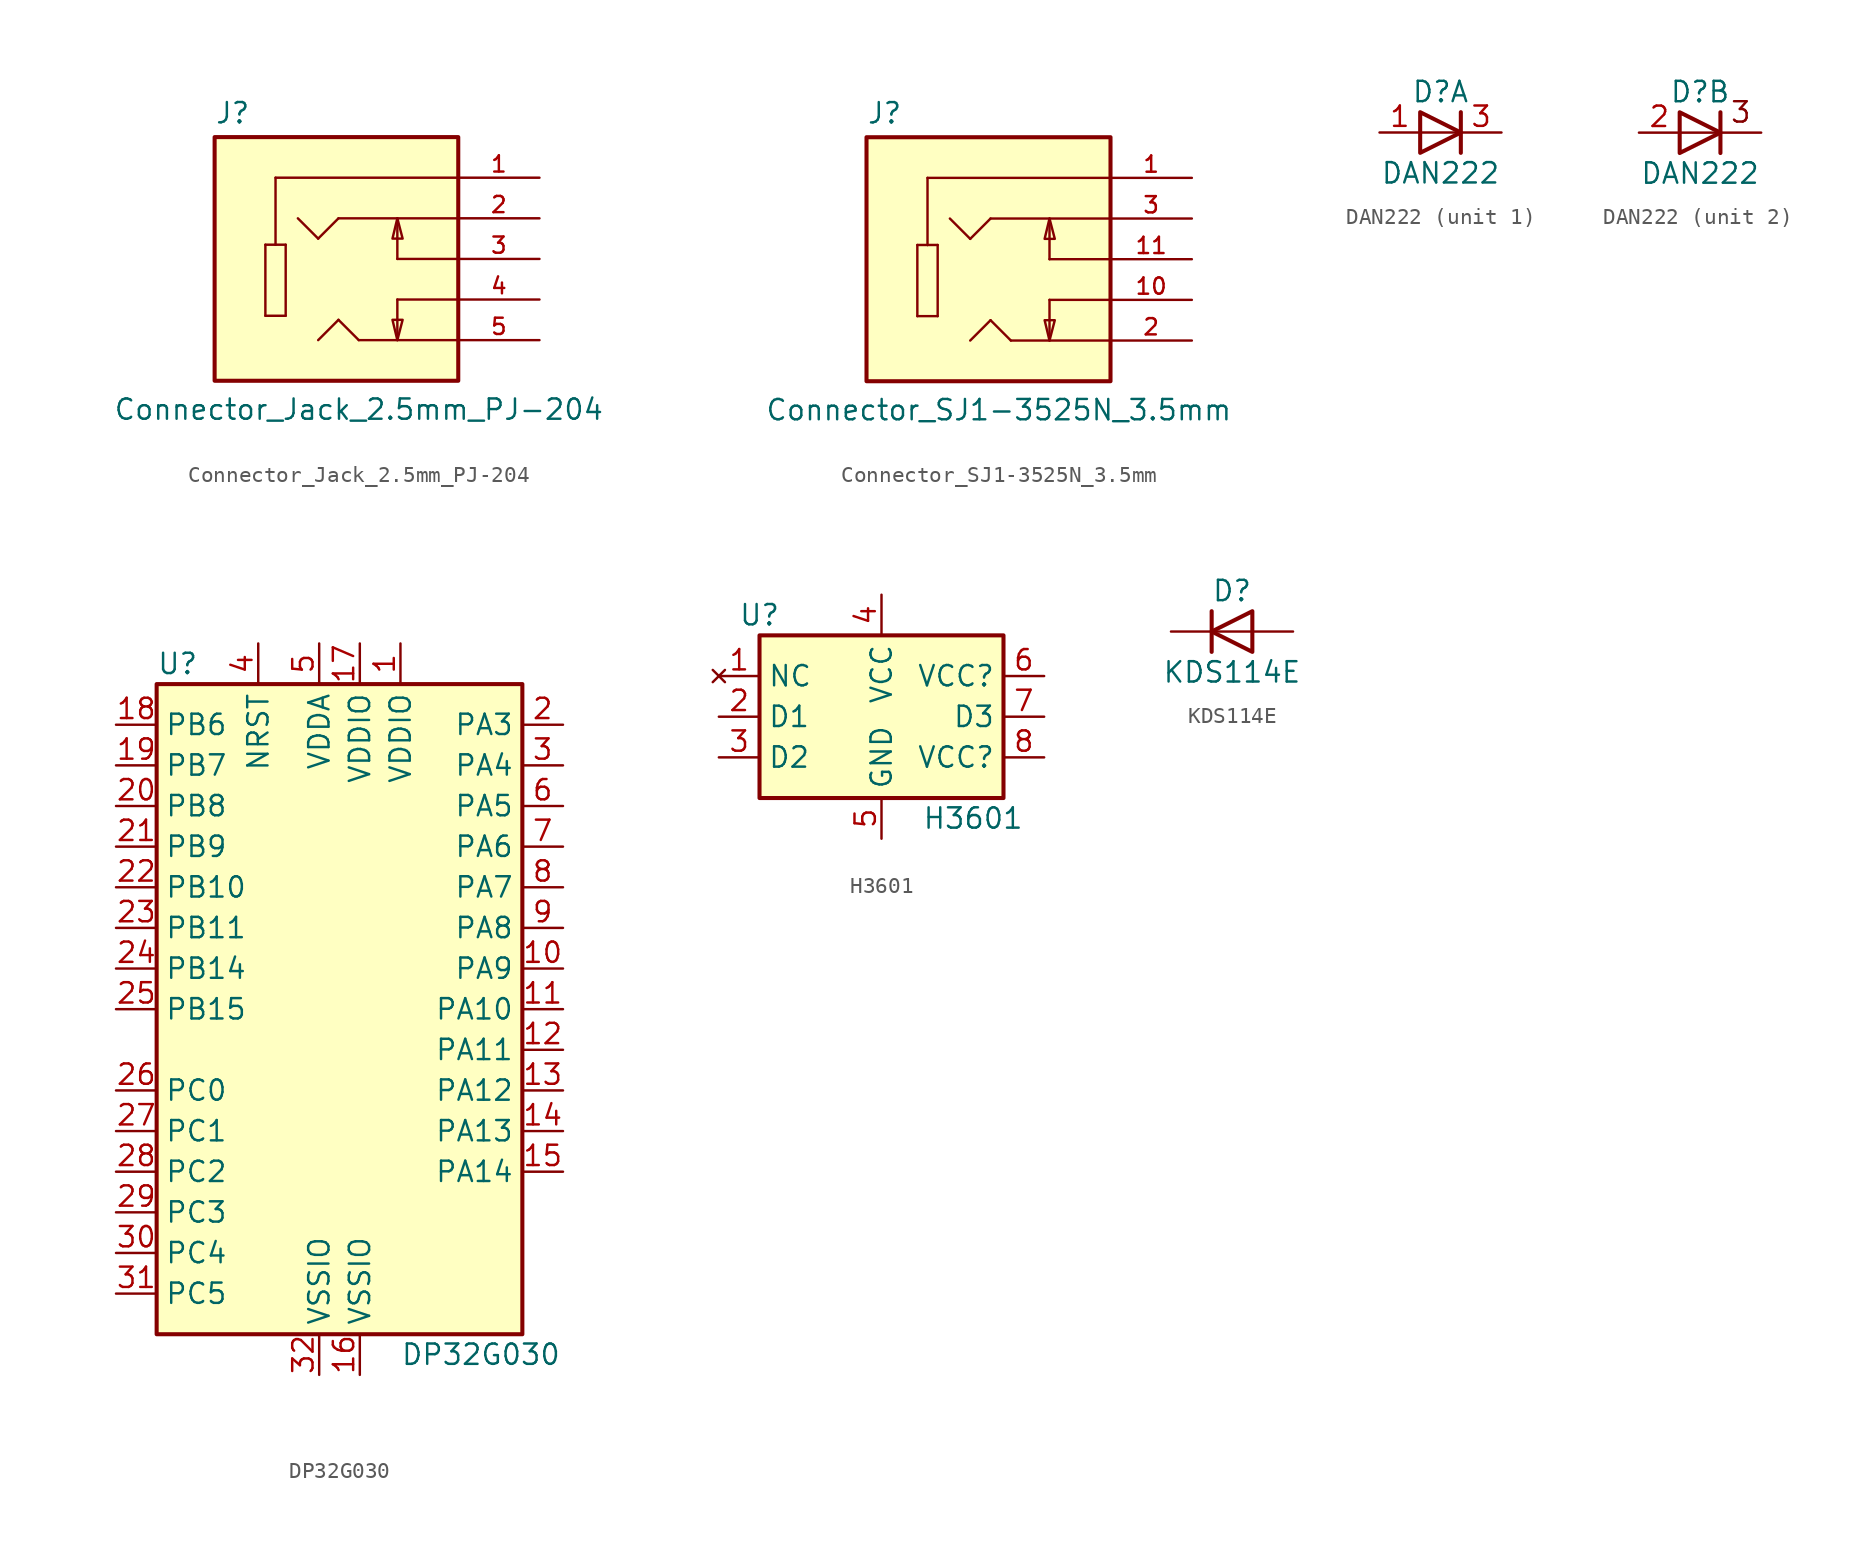
<source format=kicad_sym>
(kicad_symbol_lib
  (version 20220914)
  (generator kicad_symbol_editor)
  (symbol "Connector_Jack_2.5mm_PJ-204"
    (pin_names
      (offset 1.016) hide)
    (property "Reference" "J"
      (at -7.62 8.382 0)
      (effects (font (size 1.27 1.27)) (justify left bottom)))
    (property "Value" "Connector_Jack_2.5mm_PJ-204"
      (at -13.97 -10.16 0)
      (effects (font (size 1.27 1.27)) (justify left bottom)))
    (symbol "Connector_Jack_2.5mm_PJ-204_0_0"
      (rectangle (start -7.62 -7.62) (end 7.62 7.62) (stroke (width 0.254) (type solid)) (fill (type background)))
      (polyline (pts (xy -4.445 -3.556) (xy -4.445 0.889)) (stroke (width 0.152) (type solid)) (fill (type none)))
      (polyline (pts (xy -4.445 0.889) (xy -3.81 0.889)) (stroke (width 0.152) (type solid)) (fill (type none)))
      (polyline (pts (xy -3.81 0.889) (xy -3.175 0.889)) (stroke (width 0.152) (type solid)) (fill (type none)))
      (polyline (pts (xy -3.81 5.08) (xy -3.81 0.889)) (stroke (width 0.152) (type solid)) (fill (type none)))
      (polyline (pts (xy -3.175 -3.556) (xy -4.445 -3.556)) (stroke (width 0.152) (type solid)) (fill (type none)))
      (polyline (pts (xy -3.175 0.889) (xy -3.175 -3.556)) (stroke (width 0.152) (type solid)) (fill (type none)))
      (polyline (pts (xy -1.143 1.27) (xy -2.413 2.54)) (stroke (width 0.152) (type solid)) (fill (type none)))
      (polyline (pts (xy 0.127 -3.81) (xy -1.143 -5.08)) (stroke (width 0.152) (type solid)) (fill (type none)))
      (polyline (pts (xy 0.127 2.54) (xy -1.143 1.27)) (stroke (width 0.152) (type solid)) (fill (type none)))
      (polyline (pts (xy 1.397 -5.08) (xy 0.127 -3.81)) (stroke (width 0.152) (type solid)) (fill (type none)))
      (polyline (pts (xy 3.81 -2.54) (xy 3.81 -5.08)) (stroke (width 0.152) (type solid)) (fill (type none)))
      (polyline (pts (xy 3.81 0) (xy 3.81 2.54)) (stroke (width 0.152) (type solid)) (fill (type none)))
      (polyline (pts (xy 7.62 -5.08) (xy 1.397 -5.08)) (stroke (width 0.152) (type solid)) (fill (type none)))
      (polyline (pts (xy 7.62 -2.54) (xy 3.81 -2.54)) (stroke (width 0.152) (type solid)) (fill (type none)))
      (polyline (pts (xy 7.62 0) (xy 3.81 0)) (stroke (width 0.152) (type solid)) (fill (type none)))
      (polyline (pts (xy 7.62 2.54) (xy 0.127 2.54)) (stroke (width 0.152) (type solid)) (fill (type none)))
      (polyline (pts (xy 7.62 5.08) (xy -3.81 5.08)) (stroke (width 0.152) (type solid)) (fill (type none)))
      (polyline (pts (xy 3.81 -5.08) (xy 3.505 -3.81) (xy 4.14 -3.81) (xy 3.81 -5.08)) (stroke (width 0.152) (type solid)) (fill (type background)))
      (polyline (pts (xy 3.81 2.54) (xy 4.14 1.27) (xy 3.505 1.27) (xy 3.81 2.54)) (stroke (width 0.152) (type solid)) (fill (type background)))
      (pin passive line (at 12.7 5.08 180) (length 5.08) (name "~" (effects (font (size 1.016 1.016)))) (number "1" (effects (font (size 1.016 1.016))))))
    (symbol "Connector_Jack_2.5mm_PJ-204_1_0"
      (pin passive line (at 12.7 2.54 180) (length 5.08) (name "~" (effects (font (size 1.016 1.016)))) (number "2" (effects (font (size 1.016 1.016)))))
      (pin passive line (at 12.7 0 180) (length 5.08) (name "~" (effects (font (size 1.016 1.016)))) (number "3" (effects (font (size 1.016 1.016)))))
      (pin passive line (at 12.7 -2.54 180) (length 5.08) (name "~" (effects (font (size 1.016 1.016)))) (number "4" (effects (font (size 1.016 1.016)))))
      (pin passive line (at 12.7 -5.08 180) (length 5.08) (name "~" (effects (font (size 1.016 1.016)))) (number "5" (effects (font (size 1.016 1.016)))))))
  (symbol "Connector_SJ1-3525N_3.5mm"
    (pin_names
      (offset 1.016) hide)
    (property "Reference" "J"
      (at -7.62 8.382 0)
      (effects (font (size 1.27 1.27)) (justify left bottom)))
    (property "Value" "Connector_SJ1-3525N_3.5mm"
      (at -13.97 -10.16 0)
      (effects (font (size 1.27 1.27)) (justify left bottom)))
    (symbol "Connector_SJ1-3525N_3.5mm_0_0"
      (rectangle (start -7.62 -7.62) (end 7.62 7.62) (stroke (width 0.254) (type solid)) (fill (type background)))
      (polyline (pts (xy -4.445 -3.556) (xy -4.445 0.889)) (stroke (width 0.152) (type solid)) (fill (type none)))
      (polyline (pts (xy -4.445 0.889) (xy -3.81 0.889)) (stroke (width 0.152) (type solid)) (fill (type none)))
      (polyline (pts (xy -3.81 0.889) (xy -3.175 0.889)) (stroke (width 0.152) (type solid)) (fill (type none)))
      (polyline (pts (xy -3.81 5.08) (xy -3.81 0.889)) (stroke (width 0.152) (type solid)) (fill (type none)))
      (polyline (pts (xy -3.175 -3.556) (xy -4.445 -3.556)) (stroke (width 0.152) (type solid)) (fill (type none)))
      (polyline (pts (xy -3.175 0.889) (xy -3.175 -3.556)) (stroke (width 0.152) (type solid)) (fill (type none)))
      (polyline (pts (xy -1.143 1.27) (xy -2.413 2.54)) (stroke (width 0.152) (type solid)) (fill (type none)))
      (polyline (pts (xy 0.127 -3.81) (xy -1.143 -5.08)) (stroke (width 0.152) (type solid)) (fill (type none)))
      (polyline (pts (xy 0.127 2.54) (xy -1.143 1.27)) (stroke (width 0.152) (type solid)) (fill (type none)))
      (polyline (pts (xy 1.397 -5.08) (xy 0.127 -3.81)) (stroke (width 0.152) (type solid)) (fill (type none)))
      (polyline (pts (xy 3.81 -2.54) (xy 3.81 -5.08)) (stroke (width 0.152) (type solid)) (fill (type none)))
      (polyline (pts (xy 3.81 0) (xy 3.81 2.54)) (stroke (width 0.152) (type solid)) (fill (type none)))
      (polyline (pts (xy 7.62 -5.08) (xy 1.397 -5.08)) (stroke (width 0.152) (type solid)) (fill (type none)))
      (polyline (pts (xy 7.62 -2.54) (xy 3.81 -2.54)) (stroke (width 0.152) (type solid)) (fill (type none)))
      (polyline (pts (xy 7.62 0) (xy 3.81 0)) (stroke (width 0.152) (type solid)) (fill (type none)))
      (polyline (pts (xy 7.62 2.54) (xy 0.127 2.54)) (stroke (width 0.152) (type solid)) (fill (type none)))
      (polyline (pts (xy 7.62 5.08) (xy -3.81 5.08)) (stroke (width 0.152) (type solid)) (fill (type none)))
      (polyline (pts (xy 3.81 -5.08) (xy 3.505 -3.81) (xy 4.14 -3.81) (xy 3.81 -5.08)) (stroke (width 0.152) (type solid)) (fill (type background)))
      (polyline (pts (xy 3.81 2.54) (xy 4.14 1.27) (xy 3.505 1.27) (xy 3.81 2.54)) (stroke (width 0.152) (type solid)) (fill (type background)))
      (pin passive line (at 12.7 5.08 180) (length 5.08) (name "~" (effects (font (size 1.016 1.016)))) (number "1" (effects (font (size 1.016 1.016)))))
      (pin passive line (at 12.7 -2.54 180) (length 5.08) (name "~" (effects (font (size 1.016 1.016)))) (number "10" (effects (font (size 1.016 1.016)))))
      (pin passive line (at 12.7 0 180) (length 5.08) (name "~" (effects (font (size 1.016 1.016)))) (number "11" (effects (font (size 1.016 1.016)))))
      (pin passive line (at 12.7 -5.08 180) (length 5.08) (name "~" (effects (font (size 1.016 1.016)))) (number "2" (effects (font (size 1.016 1.016)))))
      (pin passive line (at 12.7 2.54 180) (length 5.08) (name "~" (effects (font (size 1.016 1.016)))) (number "3" (effects (font (size 1.016 1.016)))))))
  (symbol "DAN222"
    (pin_names
      (offset 0.762) hide)
    (property "Reference" "D"
      (at 0 2.54 0)
      (effects (font (size 1.27 1.27))))
    (property "Value" "DAN222"
      (at 0 -2.54 0)
      (effects (font (size 1.27 1.27))))
    (property "ki_locked" ""
      (at 0 0 0)
      (effects (font (size 1.27 1.27))))
    (symbol "DAN222_0_0"
      (polyline (pts (xy 1.27 1.27) (xy 1.27 -1.27)) (stroke (width 0.254) (type default)) (fill (type none))))
    (symbol "DAN222_0_1"
      (polyline (pts (xy -1.27 1.27) (xy 1.27 0) (xy -1.27 -1.27) (xy -1.27 1.27) (xy -1.27 1.27) (xy -1.27 1.27)) (stroke (width 0.254) (type default)) (fill (type none))))
    (symbol "DAN222_1_1"
      (polyline (pts (xy 1.27 0) (xy -1.27 0)) (stroke (width 0) (type default)) (fill (type none)))
      (pin passive line (at -3.81 0 0) (length 2.54) (name "A" (effects (font (size 1.27 1.27)))) (number "1" (effects (font (size 1.27 1.27)))))
      (pin passive line (at 3.81 0 180) (length 2.54) (name "K" (effects (font (size 1.27 1.27)))) (number "3" (effects (font (size 1.27 1.27))))))
    (symbol "DAN222_2_0"
      (polyline (pts (xy 3.81 0) (xy -1.27 0)) (stroke (width 0) (type default)) (fill (type none)))
      (text "3" (at 2.54 1.27 0) (effects (font (size 1.27 1.27)))))
    (symbol "DAN222_2_1"
      (pin passive line (at -3.81 0 0) (length 2.54) (name "A" (effects (font (size 1.27 1.27)))) (number "2" (effects (font (size 1.27 1.27)))))))
  (symbol "DP32G030"
    (property "Reference" "U"
      (at -10.16 24.13 0)
      (effects (font (size 1.27 1.27)) (justify left)))
    (property "Value" "DP32G030"
      (at 5.08 -19.05 0)
      (effects (font (size 1.27 1.27)) (justify left)))
    (symbol "DP32G030_0_1"
      (rectangle (start -10.16 22.86) (end 12.7 -17.78) (stroke (width 0.254) (type default)) (fill (type background))))
    (symbol "DP32G030_1_1"
      (pin power_in line (at 5.08 25.4 270) (length 2.54) (name "VDDIO" (effects (font (size 1.27 1.27)))) (number "1" (effects (font (size 1.27 1.27)))) (alternate "I2C1_SDA" bidirectional line) (alternate "IR_OUT" bidirectional line) (alternate "SPI2_NSS" bidirectional line) (alternate "TIM17_CH1" bidirectional line))
      (pin bidirectional line (at 15.24 5.08 180) (length 2.54) (name "PA9" (effects (font (size 1.27 1.27)))) (number "10" (effects (font (size 1.27 1.27)))) (alternate "ADC1_IN3" bidirectional line) (alternate "SPI2_MISO" bidirectional line) (alternate "USART2_RX" bidirectional line))
      (pin bidirectional line (at 15.24 2.54 180) (length 2.54) (name "PA10" (effects (font (size 1.27 1.27)))) (number "11" (effects (font (size 1.27 1.27)))) (alternate "ADC1_IN4" bidirectional line) (alternate "I2S1_WS" bidirectional line) (alternate "RTC_OUT_ALARM" bidirectional line) (alternate "RTC_OUT_CALIB" bidirectional line) (alternate "RTC_TAMP_IN1" bidirectional line) (alternate "RTC_TS" bidirectional line) (alternate "SPI1_NSS" bidirectional line) (alternate "SPI2_MOSI" bidirectional line) (alternate "SYS_WKUP2" bidirectional line) (alternate "TIM14_CH1" bidirectional line))
      (pin bidirectional line (at 15.24 0 180) (length 2.54) (name "PA11" (effects (font (size 1.27 1.27)))) (number "12" (effects (font (size 1.27 1.27)))) (alternate "ADC1_IN5" bidirectional line) (alternate "I2S1_CK" bidirectional line) (alternate "SPI1_SCK" bidirectional line))
      (pin bidirectional line (at 15.24 -2.54 180) (length 2.54) (name "PA12" (effects (font (size 1.27 1.27)))) (number "13" (effects (font (size 1.27 1.27)))) (alternate "ADC1_IN6" bidirectional line) (alternate "I2S1_MCK" bidirectional line) (alternate "SPI1_MISO" bidirectional line) (alternate "TIM16_CH1" bidirectional line) (alternate "TIM1_BK" bidirectional line) (alternate "TIM3_CH1" bidirectional line))
      (pin bidirectional line (at 15.24 -5.08 180) (length 2.54) (name "PA13" (effects (font (size 1.27 1.27)))) (number "14" (effects (font (size 1.27 1.27)))) (alternate "ADC1_IN7" bidirectional line) (alternate "I2S1_SD" bidirectional line) (alternate "SPI1_MOSI" bidirectional line) (alternate "TIM14_CH1" bidirectional line) (alternate "TIM17_CH1" bidirectional line) (alternate "TIM1_CH1N" bidirectional line) (alternate "TIM3_CH2" bidirectional line))
      (pin bidirectional line (at 15.24 -7.62 180) (length 2.54) (name "PA14" (effects (font (size 1.27 1.27)))) (number "15" (effects (font (size 1.27 1.27)))) (alternate "ADC1_IN8" bidirectional line) (alternate "I2S1_WS" bidirectional line) (alternate "SPI1_NSS" bidirectional line) (alternate "TIM1_CH2N" bidirectional line) (alternate "TIM3_CH3" bidirectional line))
      (pin power_in line (at 2.54 -20.32 90) (length 2.54) (name "VSSIO" (effects (font (size 1.27 1.27)))) (number "16" (effects (font (size 1.27 1.27)))) (alternate "ADC1_IN9" bidirectional line) (alternate "TIM14_CH1" bidirectional line) (alternate "TIM1_CH3N" bidirectional line) (alternate "TIM3_CH4" bidirectional line))
      (pin power_in line (at 2.54 25.4 270) (length 2.54) (name "VDDIO" (effects (font (size 1.27 1.27)))) (number "17" (effects (font (size 1.27 1.27)))) (alternate "ADC1_IN10" bidirectional line) (alternate "SPI2_MISO" bidirectional line))
      (pin bidirectional line (at -12.7 20.32 0) (length 2.54) (name "PB6" (effects (font (size 1.27 1.27)))) (number "18" (effects (font (size 1.27 1.27)))) (alternate "RCC_MCO" bidirectional line) (alternate "SPI2_NSS" bidirectional line) (alternate "TIM1_CH1" bidirectional line))
      (pin bidirectional line (at -12.7 17.78 0) (length 2.54) (name "PB7" (effects (font (size 1.27 1.27)))) (number "19" (effects (font (size 1.27 1.27)))) (alternate "I2C1_SCL" bidirectional line) (alternate "RCC_MCO" bidirectional line) (alternate "SPI2_MISO" bidirectional line) (alternate "TIM1_CH2" bidirectional line) (alternate "USART1_TX" bidirectional line))
      (pin bidirectional line (at 15.24 20.32 180) (length 2.54) (name "PA3" (effects (font (size 1.27 1.27)))) (number "2" (effects (font (size 1.27 1.27)))) (alternate "RCC_OSC32_IN" bidirectional line) (alternate "RCC_OSC_IN" bidirectional line) (alternate "TIM1_BK2" bidirectional line))
      (pin bidirectional line (at -12.7 15.24 0) (length 2.54) (name "PB8" (effects (font (size 1.27 1.27)))) (number "20" (effects (font (size 1.27 1.27)))) (alternate "TIM3_CH1" bidirectional line))
      (pin bidirectional line (at -12.7 12.7 0) (length 2.54) (name "PB9" (effects (font (size 1.27 1.27)))) (number "21" (effects (font (size 1.27 1.27)))) (alternate "I2C1_SDA" bidirectional line) (alternate "SPI2_MOSI" bidirectional line) (alternate "TIM17_BK" bidirectional line) (alternate "TIM1_CH3" bidirectional line) (alternate "USART1_RX" bidirectional line))
      (pin bidirectional line (at -12.7 10.16 0) (length 2.54) (name "PB10" (effects (font (size 1.27 1.27)))) (number "22" (effects (font (size 1.27 1.27)))) (alternate "ADC1_EXTI11" bidirectional line) (alternate "ADC1_IN15" bidirectional line) (alternate "I2C2_SCL" bidirectional line) (alternate "I2S1_MCK" bidirectional line) (alternate "SPI1_MISO" bidirectional line) (alternate "TIM1_BK2" bidirectional line) (alternate "TIM1_CH4" bidirectional line) (alternate "USART1_CTS" bidirectional line) (alternate "USART1_NSS" bidirectional line))
      (pin bidirectional line (at -12.7 7.62 0) (length 2.54) (name "PB11" (effects (font (size 1.27 1.27)))) (number "23" (effects (font (size 1.27 1.27)))) (alternate "ADC1_IN16" bidirectional line) (alternate "I2C2_SDA" bidirectional line) (alternate "I2S1_SD" bidirectional line) (alternate "I2S_CKIN" bidirectional line) (alternate "SPI1_MOSI" bidirectional line) (alternate "TIM1_ETR" bidirectional line) (alternate "USART1_CK" bidirectional line) (alternate "USART1_DE" bidirectional line) (alternate "USART1_RTS" bidirectional line))
      (pin bidirectional line (at -12.7 5.08 0) (length 2.54) (name "PB14" (effects (font (size 1.27 1.27)))) (number "24" (effects (font (size 1.27 1.27)))) (alternate "ADC1_IN17" bidirectional line) (alternate "IR_OUT" bidirectional line) (alternate "SYS_SWDIO" bidirectional line))
      (pin bidirectional line (at -12.7 2.54 0) (length 2.54) (name "PB15" (effects (font (size 1.27 1.27)))) (number "25" (effects (font (size 1.27 1.27)))) (alternate "ADC1_IN18" bidirectional line) (alternate "SYS_SWCLK" bidirectional line) (alternate "USART2_TX" bidirectional line))
      (pin bidirectional line (at -12.7 -2.54 0) (length 2.54) (name "PC0" (effects (font (size 1.27 1.27)))) (number "26" (effects (font (size 1.27 1.27)))) (alternate "I2S1_WS" bidirectional line) (alternate "SPI1_NSS" bidirectional line) (alternate "USART2_RX" bidirectional line))
      (pin bidirectional line (at -12.7 -5.08 0) (length 2.54) (name "PC1" (effects (font (size 1.27 1.27)))) (number "27" (effects (font (size 1.27 1.27)))) (alternate "I2S1_CK" bidirectional line) (alternate "SPI1_SCK" bidirectional line) (alternate "TIM1_CH2" bidirectional line) (alternate "USART1_CK" bidirectional line) (alternate "USART1_DE" bidirectional line) (alternate "USART1_RTS" bidirectional line))
      (pin bidirectional line (at -12.7 -7.62 0) (length 2.54) (name "PC2" (effects (font (size 1.27 1.27)))) (number "28" (effects (font (size 1.27 1.27)))) (alternate "I2S1_MCK" bidirectional line) (alternate "SPI1_MISO" bidirectional line) (alternate "TIM17_BK" bidirectional line) (alternate "TIM3_CH1" bidirectional line) (alternate "USART1_CTS" bidirectional line) (alternate "USART1_NSS" bidirectional line))
      (pin bidirectional line (at -12.7 -10.16 0) (length 2.54) (name "PC3" (effects (font (size 1.27 1.27)))) (number "29" (effects (font (size 1.27 1.27)))) (alternate "I2C1_SMBA" bidirectional line) (alternate "I2S1_SD" bidirectional line) (alternate "SPI1_MOSI" bidirectional line) (alternate "SYS_WKUP6" bidirectional line) (alternate "TIM16_BK" bidirectional line) (alternate "TIM3_CH2" bidirectional line))
      (pin bidirectional line (at 15.24 17.78 180) (length 2.54) (name "PA4" (effects (font (size 1.27 1.27)))) (number "3" (effects (font (size 1.27 1.27)))) (alternate "RCC_OSC32_EN" bidirectional line) (alternate "RCC_OSC32_OUT" bidirectional line) (alternate "RCC_OSC_EN" bidirectional line))
      (pin bidirectional line (at -12.7 -12.7 0) (length 2.54) (name "PC4" (effects (font (size 1.27 1.27)))) (number "30" (effects (font (size 1.27 1.27)))) (alternate "I2C1_SCL" bidirectional line) (alternate "SPI2_MISO" bidirectional line) (alternate "TIM16_CH1N" bidirectional line) (alternate "TIM1_CH3" bidirectional line) (alternate "USART1_TX" bidirectional line))
      (pin bidirectional line (at -12.7 -15.24 0) (length 2.54) (name "PC5" (effects (font (size 1.27 1.27)))) (number "31" (effects (font (size 1.27 1.27)))) (alternate "ADC1_IN11" bidirectional line) (alternate "I2C1_SDA" bidirectional line) (alternate "SPI2_MOSI" bidirectional line) (alternate "SYS_PVD_IN" bidirectional line) (alternate "TIM17_CH1N" bidirectional line) (alternate "USART1_RX" bidirectional line))
      (pin power_in line (at 0 -20.32 90) (length 2.54) (name "VSSIO" (effects (font (size 1.27 1.27)))) (number "32" (effects (font (size 1.27 1.27)))) (alternate "I2C1_SCL" bidirectional line) (alternate "SPI2_SCK" bidirectional line) (alternate "TIM16_CH1" bidirectional line))
      (pin input line (at -3.81 25.4 270) (length 2.54) (name "NRST" (effects (font (size 1.27 1.27)))) (number "4" (effects (font (size 1.27 1.27)))))
      (pin power_in line (at 0 25.4 270) (length 2.54) (name "VDDA" (effects (font (size 1.27 1.27)))) (number "5" (effects (font (size 1.27 1.27)))))
      (pin bidirectional line (at 15.24 15.24 180) (length 2.54) (name "PA5" (effects (font (size 1.27 1.27)))) (number "6" (effects (font (size 1.27 1.27)))))
      (pin bidirectional line (at 15.24 12.7 180) (length 2.54) (name "PA6" (effects (font (size 1.27 1.27)))) (number "7" (effects (font (size 1.27 1.27)))) (alternate "ADC1_IN0" bidirectional line) (alternate "RTC_TAMP_IN2" bidirectional line) (alternate "SPI2_SCK" bidirectional line) (alternate "SYS_WKUP1" bidirectional line) (alternate "USART2_CTS" bidirectional line) (alternate "USART2_NSS" bidirectional line))
      (pin bidirectional line (at 15.24 10.16 180) (length 2.54) (name "PA7" (effects (font (size 1.27 1.27)))) (number "8" (effects (font (size 1.27 1.27)))) (alternate "ADC1_IN1" bidirectional line) (alternate "I2C1_SMBA" bidirectional line) (alternate "I2S1_CK" bidirectional line) (alternate "SPI1_SCK" bidirectional line) (alternate "USART2_CK" bidirectional line) (alternate "USART2_DE" bidirectional line) (alternate "USART2_RTS" bidirectional line))
      (pin bidirectional line (at 15.24 7.62 180) (length 2.54) (name "PA8" (effects (font (size 1.27 1.27)))) (number "9" (effects (font (size 1.27 1.27)))) (alternate "ADC1_IN2" bidirectional line) (alternate "I2S1_SD" bidirectional line) (alternate "RCC_LSCO" bidirectional line) (alternate "SPI1_MOSI" bidirectional line) (alternate "SYS_WKUP4" bidirectional line) (alternate "USART2_TX" bidirectional line))))
  (symbol "H3601"
    (property "Reference" "U"
      (at -7.62 6.35 0)
      (effects (font (size 1.27 1.27))))
    (property "Value" "H3601"
      (at 2.54 -6.35 0)
      (effects (font (size 1.27 1.27)) (justify left)))
    (symbol "H3601_1_1"
      (rectangle (start -7.62 5.08) (end 7.62 -5.08) (stroke (width 0.254) (type default)) (fill (type background)))
      (pin no_connect line (at -10.16 2.54 0) (length 2.54) (name "NC" (effects (font (size 1.27 1.27)))) (number "1" (effects (font (size 1.27 1.27)))))
      (pin input line (at -10.16 0 0) (length 2.54) (name "D1" (effects (font (size 1.27 1.27)))) (number "2" (effects (font (size 1.27 1.27)))))
      (pin input line (at -10.16 -2.54 0) (length 2.54) (name "D2" (effects (font (size 1.27 1.27)))) (number "3" (effects (font (size 1.27 1.27)))))
      (pin power_in line (at 0 7.62 270) (length 2.54) (name "VCC" (effects (font (size 1.27 1.27)))) (number "4" (effects (font (size 1.27 1.27)))))
      (pin power_in line (at 0 -7.62 90) (length 2.54) (name "GND" (effects (font (size 1.27 1.27)))) (number "5" (effects (font (size 1.27 1.27)))))
      (pin bidirectional line (at 10.16 2.54 180) (length 2.54) (name "VCC?" (effects (font (size 1.27 1.27)))) (number "6" (effects (font (size 1.27 1.27)))))
      (pin input line (at 10.16 0 180) (length 2.54) (name "D3" (effects (font (size 1.27 1.27)))) (number "7" (effects (font (size 1.27 1.27)))))
      (pin input line (at 10.16 -2.54 180) (length 2.54) (name "VCC?" (effects (font (size 1.27 1.27)))) (number "8" (effects (font (size 1.27 1.27)))))))
  (symbol "KDS114E"
    (pin_numbers hide)
    (pin_names hide)
    (property "Reference" "D"
      (at 0 2.54 0)
      (effects (font (size 1.27 1.27))))
    (property "Value" "KDS114E"
      (at 0 -2.54 0)
      (effects (font (size 1.27 1.27))))
    (symbol "KDS114E_0_1"
      (polyline (pts (xy -1.27 1.27) (xy -1.27 -1.27)) (stroke (width 0.254) (type default)) (fill (type none)))
      (polyline (pts (xy 1.27 0) (xy -1.27 0)) (stroke (width 0) (type default)) (fill (type none)))
      (polyline (pts (xy 1.27 1.27) (xy 1.27 -1.27) (xy -1.27 0) (xy 1.27 1.27)) (stroke (width 0.254) (type default)) (fill (type none))))
    (symbol "KDS114E_1_1"
      (pin passive line (at -3.81 0 0) (length 2.54) (name "K" (effects (font (size 1.27 1.27)))) (number "1" (effects (font (size 1.27 1.27)))))
      (pin passive line (at 3.81 0 180) (length 2.54) (name "A" (effects (font (size 1.27 1.27)))) (number "2" (effects (font (size 1.27 1.27))))))))
</source>
